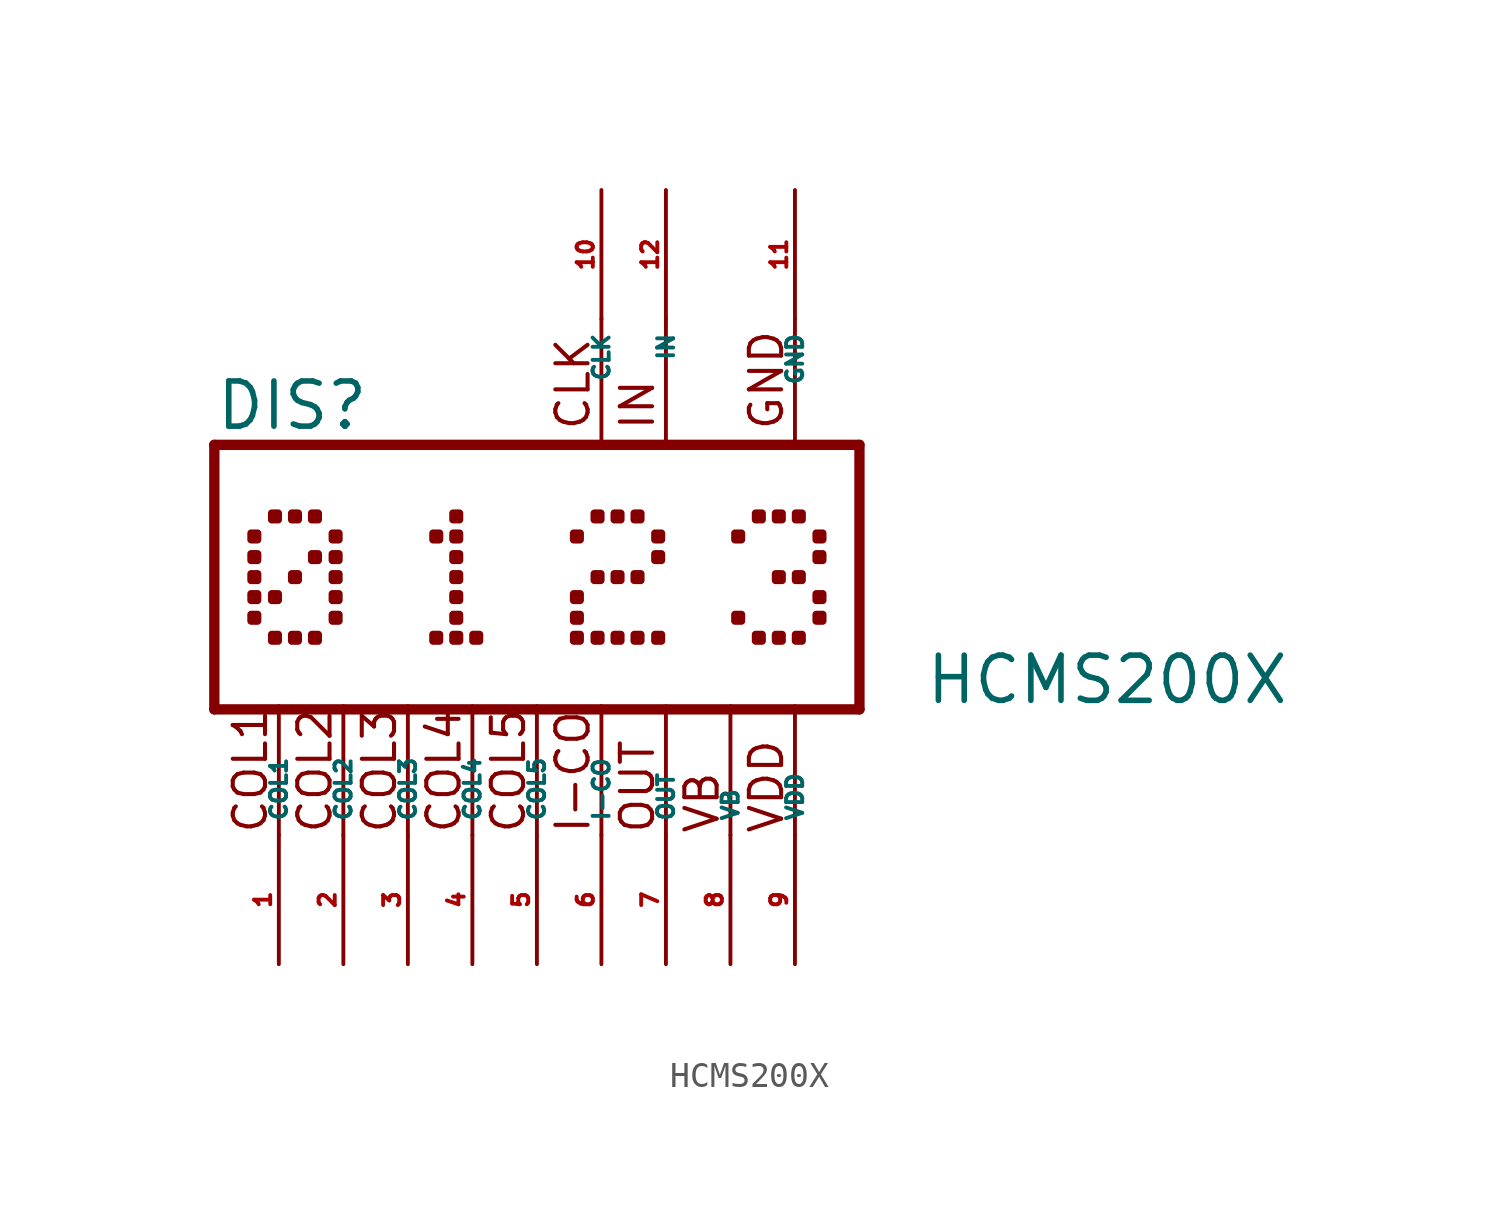
<source format=kicad_sym>
(kicad_symbol_lib
  (version 20220914)
  (generator Eagle2Kicad)
  (symbol "HCMS200X"
    (property "Reference" "DIS"
      (at -12.7 5.715 0)
      (effects (font (size 1.778 1.778) (thickness 0.22)) (justify left bottom)))
    (property "Value" "HCMS200X"
      (at 15.24 -5.08 0)
      (effects (font (size 1.778 1.778) (thickness 0.22)) (justify left bottom)))
    (polyline
      (pts (xy -12.7 -5.207) (xy 12.7 -5.207))
      (stroke (width 0.406) (type default))
      (fill (type none)))
    (polyline
      (pts (xy -12.7 -5.207) (xy -12.7 5.207))
      (stroke (width 0.406) (type default))
      (fill (type none)))
    (polyline
      (pts (xy -10.16 -10.16) (xy -10.16 -5.08))
      (stroke (width 0.152) (type default))
      (fill (type none)))
    (polyline
      (pts (xy -7.62 -10.16) (xy -7.62 -5.08))
      (stroke (width 0.152) (type default))
      (fill (type none)))
    (polyline
      (pts (xy -5.08 -10.16) (xy -5.08 -5.08))
      (stroke (width 0.152) (type default))
      (fill (type none)))
    (polyline
      (pts (xy -2.54 -10.16) (xy -2.54 -5.08))
      (stroke (width 0.152) (type default))
      (fill (type none)))
    (polyline
      (pts (xy 0 -10.16) (xy 0 -5.08))
      (stroke (width 0.152) (type default))
      (fill (type none)))
    (polyline
      (pts (xy 2.54 -10.16) (xy 2.54 -5.08))
      (stroke (width 0.152) (type default))
      (fill (type none)))
    (polyline
      (pts (xy 5.08 -10.16) (xy 5.08 -5.08))
      (stroke (width 0.152) (type default))
      (fill (type none)))
    (polyline
      (pts (xy 7.62 -10.16) (xy 7.62 -5.08))
      (stroke (width 0.152) (type default))
      (fill (type none)))
    (polyline
      (pts (xy -12.7 5.207) (xy 12.7 5.207))
      (stroke (width 0.406) (type default))
      (fill (type none)))
    (polyline
      (pts (xy 5.08 10.16) (xy 5.08 5.08))
      (stroke (width 0.152) (type default))
      (fill (type none)))
    (polyline
      (pts (xy 2.54 10.16) (xy 2.54 5.08))
      (stroke (width 0.152) (type default))
      (fill (type none)))
    (polyline
      (pts (xy 12.7 -5.207) (xy 12.7 5.207))
      (stroke (width 0.406) (type default))
      (fill (type none)))
    (polyline
      (pts (xy 10.16 10.16) (xy 10.16 5.08))
      (stroke (width 0.152) (type default))
      (fill (type none)))
    (polyline
      (pts (xy 10.16 -10.16) (xy 10.16 -5.08))
      (stroke (width 0.152) (type default))
      (fill (type none)))
    (text "VDD"
      (at 9.779 -10.16 900)
      (effects (font (size 1.27 1.27) (thickness 0.16)) (justify left bottom)))
    (text "GND"
      (at 9.779 5.715 900)
      (effects (font (size 1.27 1.27) (thickness 0.16)) (justify left bottom)))
    (text "COL1"
      (at -10.541 -10.16 900)
      (effects (font (size 1.27 1.27) (thickness 0.16)) (justify left bottom)))
    (text "COL2"
      (at -8.001 -10.16 900)
      (effects (font (size 1.27 1.27) (thickness 0.16)) (justify left bottom)))
    (text "COL3"
      (at -5.461 -10.16 900)
      (effects (font (size 1.27 1.27) (thickness 0.16)) (justify left bottom)))
    (text "COL4"
      (at -2.921 -10.16 900)
      (effects (font (size 1.27 1.27) (thickness 0.16)) (justify left bottom)))
    (text "COL5"
      (at -0.381 -10.16 900)
      (effects (font (size 1.27 1.27) (thickness 0.16)) (justify left bottom)))
    (text "I-CO"
      (at 2.159 -10.16 900)
      (effects (font (size 1.27 1.27) (thickness 0.16)) (justify left bottom)))
    (text "VB"
      (at 7.239 -10.16 900)
      (effects (font (size 1.27 1.27) (thickness 0.16)) (justify left bottom)))
    (text "CLK"
      (at 2.159 5.715 900)
      (effects (font (size 1.27 1.27) (thickness 0.16)) (justify left bottom)))
    (text "OUT"
      (at 4.699 -10.16 900)
      (effects (font (size 1.27 1.27) (thickness 0.16)) (justify left bottom)))
    (text "IN"
      (at 4.699 5.715 900)
      (effects (font (size 1.27 1.27) (thickness 0.16)) (justify left bottom)))
    (rectangle
      (start -3.302 -0.127)
      (end -3.048 0.127)
      (stroke (width 0.3) (type default))
      (fill (type outline)))
    (rectangle
      (start -3.302 0.66)
      (end -3.048 0.914)
      (stroke (width 0.3) (type default))
      (fill (type outline)))
    (rectangle
      (start -3.302 1.473)
      (end -3.048 1.727)
      (stroke (width 0.3) (type default))
      (fill (type outline)))
    (rectangle
      (start -3.302 2.261)
      (end -3.048 2.515)
      (stroke (width 0.3) (type default))
      (fill (type outline)))
    (rectangle
      (start -3.302 -0.914)
      (end -3.048 -0.66)
      (stroke (width 0.3) (type default))
      (fill (type outline)))
    (rectangle
      (start -3.302 -1.727)
      (end -3.048 -1.473)
      (stroke (width 0.3) (type default))
      (fill (type outline)))
    (rectangle
      (start -3.302 -2.515)
      (end -3.048 -2.261)
      (stroke (width 0.3) (type default))
      (fill (type outline)))
    (rectangle
      (start -4.089 1.473)
      (end -3.835 1.727)
      (stroke (width 0.3) (type default))
      (fill (type outline)))
    (rectangle
      (start -2.515 -2.515)
      (end -2.261 -2.261)
      (stroke (width 0.3) (type default))
      (fill (type outline)))
    (rectangle
      (start -4.089 -2.515)
      (end -3.835 -2.261)
      (stroke (width 0.3) (type default))
      (fill (type outline)))
    (rectangle
      (start 3.048 -0.127)
      (end 3.302 0.127)
      (stroke (width 0.3) (type default))
      (fill (type outline)))
    (rectangle
      (start 3.835 -0.127)
      (end 4.089 0.127)
      (stroke (width 0.3) (type default))
      (fill (type outline)))
    (rectangle
      (start 2.261 -0.127)
      (end 2.515 0.127)
      (stroke (width 0.3) (type default))
      (fill (type outline)))
    (rectangle
      (start 3.048 2.261)
      (end 3.302 2.515)
      (stroke (width 0.3) (type default))
      (fill (type outline)))
    (rectangle
      (start 3.048 -2.515)
      (end 3.302 -2.261)
      (stroke (width 0.3) (type default))
      (fill (type outline)))
    (rectangle
      (start 1.448 1.473)
      (end 1.702 1.727)
      (stroke (width 0.3) (type default))
      (fill (type outline)))
    (rectangle
      (start 2.261 2.261)
      (end 2.515 2.515)
      (stroke (width 0.3) (type default))
      (fill (type outline)))
    (rectangle
      (start 4.648 0.66)
      (end 4.902 0.914)
      (stroke (width 0.3) (type default))
      (fill (type outline)))
    (rectangle
      (start 4.648 1.473)
      (end 4.902 1.727)
      (stroke (width 0.3) (type default))
      (fill (type outline)))
    (rectangle
      (start 3.835 2.261)
      (end 4.089 2.515)
      (stroke (width 0.3) (type default))
      (fill (type outline)))
    (rectangle
      (start 3.835 -2.515)
      (end 4.089 -2.261)
      (stroke (width 0.3) (type default))
      (fill (type outline)))
    (rectangle
      (start 4.648 -2.515)
      (end 4.902 -2.261)
      (stroke (width 0.3) (type default))
      (fill (type outline)))
    (rectangle
      (start 1.448 -1.727)
      (end 1.702 -1.473)
      (stroke (width 0.3) (type default))
      (fill (type outline)))
    (rectangle
      (start 1.448 -0.914)
      (end 1.702 -0.66)
      (stroke (width 0.3) (type default))
      (fill (type outline)))
    (rectangle
      (start 2.261 -2.515)
      (end 2.515 -2.261)
      (stroke (width 0.3) (type default))
      (fill (type outline)))
    (rectangle
      (start 1.448 -2.515)
      (end 1.702 -2.261)
      (stroke (width 0.3) (type default))
      (fill (type outline)))
    (rectangle
      (start 9.398 -0.127)
      (end 9.652 0.127)
      (stroke (width 0.3) (type default))
      (fill (type outline)))
    (rectangle
      (start 10.185 -0.127)
      (end 10.439 0.127)
      (stroke (width 0.3) (type default))
      (fill (type outline)))
    (rectangle
      (start 9.398 2.261)
      (end 9.652 2.515)
      (stroke (width 0.3) (type default))
      (fill (type outline)))
    (rectangle
      (start 9.398 -2.515)
      (end 9.652 -2.261)
      (stroke (width 0.3) (type default))
      (fill (type outline)))
    (rectangle
      (start 7.798 1.473)
      (end 8.052 1.727)
      (stroke (width 0.3) (type default))
      (fill (type outline)))
    (rectangle
      (start 8.611 2.261)
      (end 8.865 2.515)
      (stroke (width 0.3) (type default))
      (fill (type outline)))
    (rectangle
      (start 10.998 0.66)
      (end 11.252 0.914)
      (stroke (width 0.3) (type default))
      (fill (type outline)))
    (rectangle
      (start 10.998 1.473)
      (end 11.252 1.727)
      (stroke (width 0.3) (type default))
      (fill (type outline)))
    (rectangle
      (start 10.185 2.261)
      (end 10.439 2.515)
      (stroke (width 0.3) (type default))
      (fill (type outline)))
    (rectangle
      (start 10.998 -0.914)
      (end 11.252 -0.66)
      (stroke (width 0.3) (type default))
      (fill (type outline)))
    (rectangle
      (start 10.998 -1.727)
      (end 11.252 -1.473)
      (stroke (width 0.3) (type default))
      (fill (type outline)))
    (rectangle
      (start 10.185 -2.515)
      (end 10.439 -2.261)
      (stroke (width 0.3) (type default))
      (fill (type outline)))
    (rectangle
      (start 7.798 -1.727)
      (end 8.052 -1.473)
      (stroke (width 0.3) (type default))
      (fill (type outline)))
    (rectangle
      (start 8.611 -2.515)
      (end 8.865 -2.261)
      (stroke (width 0.3) (type default))
      (fill (type outline)))
    (rectangle
      (start -9.652 -0.127)
      (end -9.398 0.127)
      (stroke (width 0.3) (type default))
      (fill (type outline)))
    (rectangle
      (start -8.052 -0.127)
      (end -7.798 0.127)
      (stroke (width 0.3) (type default))
      (fill (type outline)))
    (rectangle
      (start -11.252 -0.127)
      (end -10.998 0.127)
      (stroke (width 0.3) (type default))
      (fill (type outline)))
    (rectangle
      (start -9.652 2.261)
      (end -9.398 2.515)
      (stroke (width 0.3) (type default))
      (fill (type outline)))
    (rectangle
      (start -9.652 -2.515)
      (end -9.398 -2.261)
      (stroke (width 0.3) (type default))
      (fill (type outline)))
    (rectangle
      (start -11.252 0.66)
      (end -10.998 0.914)
      (stroke (width 0.3) (type default))
      (fill (type outline)))
    (rectangle
      (start -11.252 1.473)
      (end -10.998 1.727)
      (stroke (width 0.3) (type default))
      (fill (type outline)))
    (rectangle
      (start -10.439 2.261)
      (end -10.185 2.515)
      (stroke (width 0.3) (type default))
      (fill (type outline)))
    (rectangle
      (start -8.865 0.66)
      (end -8.611 0.914)
      (stroke (width 0.3) (type default))
      (fill (type outline)))
    (rectangle
      (start -8.052 0.66)
      (end -7.798 0.914)
      (stroke (width 0.3) (type default))
      (fill (type outline)))
    (rectangle
      (start -8.052 1.473)
      (end -7.798 1.727)
      (stroke (width 0.3) (type default))
      (fill (type outline)))
    (rectangle
      (start -8.865 2.261)
      (end -8.611 2.515)
      (stroke (width 0.3) (type default))
      (fill (type outline)))
    (rectangle
      (start -10.439 -0.914)
      (end -10.185 -0.66)
      (stroke (width 0.3) (type default))
      (fill (type outline)))
    (rectangle
      (start -8.052 -0.914)
      (end -7.798 -0.66)
      (stroke (width 0.3) (type default))
      (fill (type outline)))
    (rectangle
      (start -8.052 -1.727)
      (end -7.798 -1.473)
      (stroke (width 0.3) (type default))
      (fill (type outline)))
    (rectangle
      (start -8.865 -2.515)
      (end -8.611 -2.261)
      (stroke (width 0.3) (type default))
      (fill (type outline)))
    (rectangle
      (start -11.252 -1.727)
      (end -10.998 -1.473)
      (stroke (width 0.3) (type default))
      (fill (type outline)))
    (rectangle
      (start -11.252 -0.914)
      (end -10.998 -0.66)
      (stroke (width 0.3) (type default))
      (fill (type outline)))
    (rectangle
      (start -10.439 -2.515)
      (end -10.185 -2.261)
      (stroke (width 0.3) (type default))
      (fill (type outline)))
    (pin input line
      (at -10.16 -15.24 90)
      (length 5.08)
      (name "COL1" (effects (font (size 0.635 0.635) (thickness 0.08)) (justify left bottom)))
      (number "1" (effects (font (size 0.635 0.635) (thickness 0.08)) (justify left bottom))))
    (pin input line
      (at -7.62 -15.24 90)
      (length 5.08)
      (name "COL2" (effects (font (size 0.635 0.635) (thickness 0.08)) (justify left bottom)))
      (number "2" (effects (font (size 0.635 0.635) (thickness 0.08)) (justify left bottom))))
    (pin input line
      (at -5.08 -15.24 90)
      (length 5.08)
      (name "COL3" (effects (font (size 0.635 0.635) (thickness 0.08)) (justify left bottom)))
      (number "3" (effects (font (size 0.635 0.635) (thickness 0.08)) (justify left bottom))))
    (pin input line
      (at -2.54 -15.24 90)
      (length 5.08)
      (name "COL4" (effects (font (size 0.635 0.635) (thickness 0.08)) (justify left bottom)))
      (number "4" (effects (font (size 0.635 0.635) (thickness 0.08)) (justify left bottom))))
    (pin input line
      (at 0 -15.24 90)
      (length 5.08)
      (name "COL5" (effects (font (size 0.635 0.635) (thickness 0.08)) (justify left bottom)))
      (number "5" (effects (font (size 0.635 0.635) (thickness 0.08)) (justify left bottom))))
    (pin input line
      (at 2.54 -15.24 90)
      (length 5.08)
      (name "I-CO" (effects (font (size 0.635 0.635) (thickness 0.08)) (justify left bottom)))
      (number "6" (effects (font (size 0.635 0.635) (thickness 0.08)) (justify left bottom))))
    (pin input line
      (at 5.08 -15.24 90)
      (length 5.08)
      (name "OUT" (effects (font (size 0.635 0.635) (thickness 0.08)) (justify left bottom)))
      (number "7" (effects (font (size 0.635 0.635) (thickness 0.08)) (justify left bottom))))
    (pin input line
      (at 7.62 -15.24 90)
      (length 5.08)
      (name "VB" (effects (font (size 0.635 0.635) (thickness 0.08)) (justify left bottom)))
      (number "8" (effects (font (size 0.635 0.635) (thickness 0.08)) (justify left bottom))))
    (pin unspecified line
      (at 10.16 -15.24 90)
      (length 5.08)
      (name "VDD" (effects (font (size 0.635 0.635) (thickness 0.08)) (justify left bottom)))
      (number "9" (effects (font (size 0.635 0.635) (thickness 0.08)) (justify left bottom))))
    (pin unspecified line
      (at 10.16 15.24 270)
      (length 5.08)
      (name "GND" (effects (font (size 0.635 0.635) (thickness 0.08)) (justify left bottom)))
      (number "11" (effects (font (size 0.635 0.635) (thickness 0.08)) (justify left bottom))))
    (pin input line
      (at 2.54 15.24 270)
      (length 5.08)
      (name "CLK" (effects (font (size 0.635 0.635) (thickness 0.08)) (justify left bottom)))
      (number "10" (effects (font (size 0.635 0.635) (thickness 0.08)) (justify left bottom))))
    (pin input line
      (at 5.08 15.24 270)
      (length 5.08)
      (name "IN" (effects (font (size 0.635 0.635) (thickness 0.08)) (justify left bottom)))
      (number "12" (effects (font (size 0.635 0.635) (thickness 0.08)) (justify left bottom))))))
</source>
